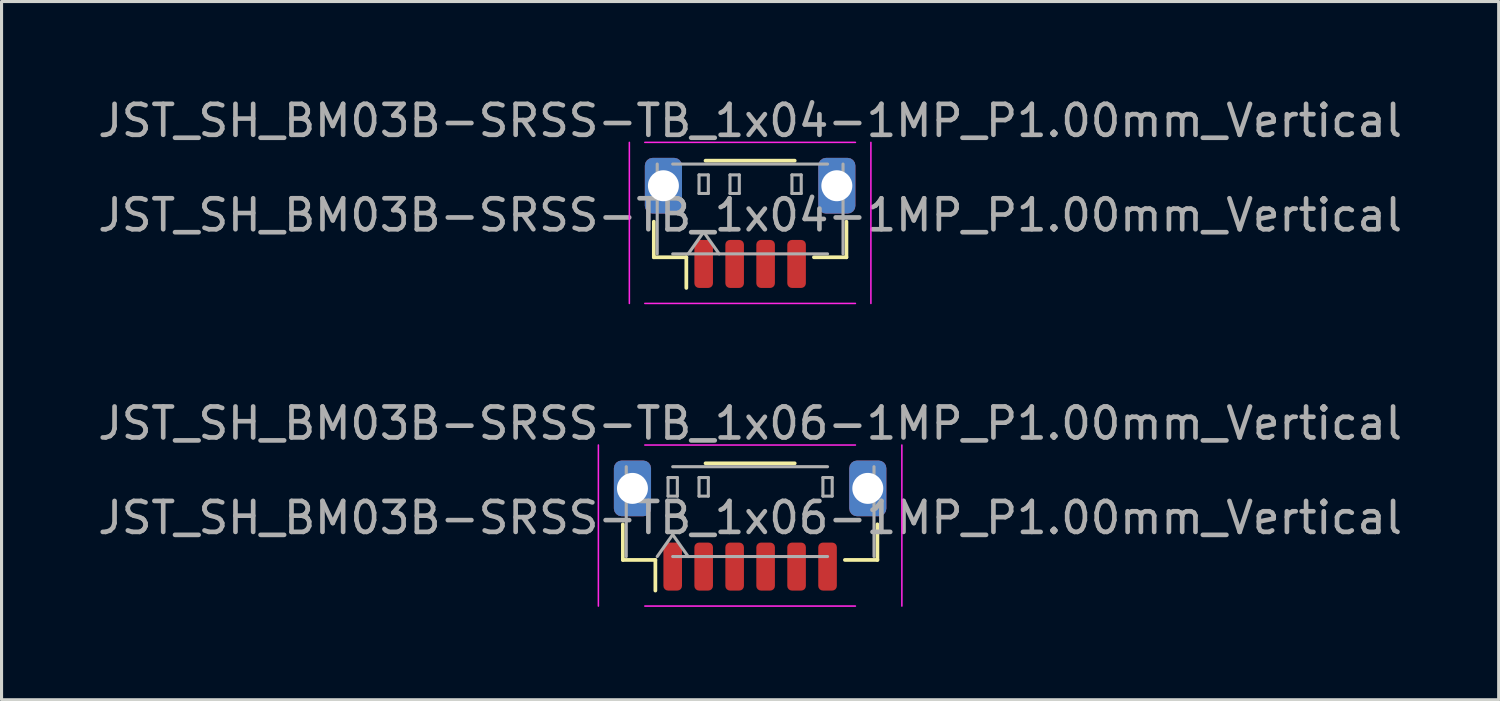
<source format=kicad_pcb>
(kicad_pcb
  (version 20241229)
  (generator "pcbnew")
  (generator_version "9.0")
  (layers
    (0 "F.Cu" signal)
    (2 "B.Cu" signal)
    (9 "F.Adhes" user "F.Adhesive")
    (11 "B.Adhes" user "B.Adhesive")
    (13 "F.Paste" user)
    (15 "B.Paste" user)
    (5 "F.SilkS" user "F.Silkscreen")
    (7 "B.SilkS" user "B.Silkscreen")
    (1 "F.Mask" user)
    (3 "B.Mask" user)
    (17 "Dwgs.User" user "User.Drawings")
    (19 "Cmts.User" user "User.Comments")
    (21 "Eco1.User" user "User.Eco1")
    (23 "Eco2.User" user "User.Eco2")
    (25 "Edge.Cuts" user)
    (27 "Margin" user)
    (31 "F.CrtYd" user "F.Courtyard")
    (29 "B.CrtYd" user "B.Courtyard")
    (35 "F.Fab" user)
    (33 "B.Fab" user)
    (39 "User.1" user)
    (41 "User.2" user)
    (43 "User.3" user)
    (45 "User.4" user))
  (footprint "JST_SH_BM03B-SRSS-TB_1x06-1MP_P1.00mm_Vertical"
    (layer "F.Cu")
    (at 21.173 13.921)
    (property "Reference" "JST_SH_BM03B-SRSS-TB_1x06-1MP_P1.00mm_Vertical" (at 0 -3.3 0) (layer "F.Fab") (effects (font (size 1 1) (thickness 0.15))))
    (attr smd)
    (fp_line (start -4.11 -0.04) (end -4.11 1.11) (stroke (width 0.12) (type solid)) (layer "F.SilkS"))
    (fp_line (start -4.11 1.11) (end -3.06 1.11) (stroke (width 0.12) (type solid)) (layer "F.SilkS"))
    (fp_line (start -3.06 1.11) (end -3.06 2.1) (stroke (width 0.12) (type solid)) (layer "F.SilkS"))
    (fp_line (start -1.44 -2.01) (end 1.44 -2.01) (stroke (width 0.12) (type solid)) (layer "F.SilkS"))
    (fp_line (start 4.11 -0.04) (end 4.11 1.11) (stroke (width 0.12) (type solid)) (layer "F.SilkS"))
    (fp_line (start 4.11 1.11) (end 3.06 1.11) (stroke (width 0.12) (type solid)) (layer "F.SilkS"))
    (fp_line (start -4.9 -2.6) (end -4.9 2.6) (stroke (width 0.05) (type solid)) (layer "F.CrtYd"))
    (fp_line (start -3.4 2.6) (end 3.4 2.6) (stroke (width 0.05) (type solid)) (layer "F.CrtYd"))
    (fp_line (start 3.4 -2.6) (end -3.4 -2.6) (stroke (width 0.05) (type solid)) (layer "F.CrtYd"))
    (fp_line (start 4.9 2.6) (end 4.9 -2.6) (stroke (width 0.05) (type solid)) (layer "F.CrtYd"))
    (fp_line (start -4 1) (end -4 -1.9) (stroke (width 0.1) (type solid)) (layer "F.Fab"))
    (fp_line (start -3 1) (end -2.5 0.293) (stroke (width 0.1) (type solid)) (layer "F.Fab"))
    (fp_line (start -2.65 -1.55) (end -2.65 -0.95) (stroke (width 0.1) (type solid)) (layer "F.Fab"))
    (fp_line (start -2.65 -0.95) (end -2.35 -0.95) (stroke (width 0.1) (type solid)) (layer "F.Fab"))
    (fp_line (start -2.5 -1.9) (end 2.5 -1.9) (stroke (width 0.1) (type solid)) (layer "F.Fab"))
    (fp_line (start -2.5 0.293) (end -2 1) (stroke (width 0.1) (type solid)) (layer "F.Fab"))
    (fp_line (start -2.5 1) (end 2.5 1) (stroke (width 0.1) (type solid)) (layer "F.Fab"))
    (fp_line (start -2.35 -1.55) (end -2.65 -1.55) (stroke (width 0.1) (type solid)) (layer "F.Fab"))
    (fp_line (start -2.35 -0.95) (end -2.35 -1.55) (stroke (width 0.1) (type solid)) (layer "F.Fab"))
    (fp_line (start -1.65 -1.55) (end -1.65 -0.95) (stroke (width 0.1) (type solid)) (layer "F.Fab"))
    (fp_line (start -1.65 -0.95) (end -1.35 -0.95) (stroke (width 0.1) (type solid)) (layer "F.Fab"))
    (fp_line (start -1.35 -1.55) (end -1.65 -1.55) (stroke (width 0.1) (type solid)) (layer "F.Fab"))
    (fp_line (start -1.35 -0.95) (end -1.35 -1.55) (stroke (width 0.1) (type solid)) (layer "F.Fab"))
    (fp_line (start 2.35 -1.55) (end 2.35 -0.95) (stroke (width 0.1) (type solid)) (layer "F.Fab"))
    (fp_line (start 2.35 -0.95) (end 2.65 -0.95) (stroke (width 0.1) (type solid)) (layer "F.Fab"))
    (fp_line (start 2.65 -1.55) (end 2.35 -1.55) (stroke (width 0.1) (type solid)) (layer "F.Fab"))
    (fp_line (start 2.65 -0.95) (end 2.65 -1.55) (stroke (width 0.1) (type solid)) (layer "F.Fab"))
    (fp_line (start 4 1) (end 4 -1.9) (stroke (width 0.1) (type solid)) (layer "F.Fab"))
    (fp_text user "${REFERENCE}" (at 0 -0.25 0) (layer "F.Fab") (effects (font (size 1 1) (thickness 0.15))))
    (pad "1" smd roundrect (at -2.5 1.325) (size 0.6 1.55) (layers "F.Cu" "F.Mask" "F.Paste") (roundrect_rratio 0.25))
    (pad "2" smd roundrect (at -1.5 1.325) (size 0.6 1.55) (layers "F.Cu" "F.Mask" "F.Paste") (roundrect_rratio 0.25))
    (pad "3" smd roundrect (at -0.5 1.325) (size 0.6 1.55) (layers "F.Cu" "F.Mask" "F.Paste") (roundrect_rratio 0.25))
    (pad "4" smd roundrect (at 0.5 1.325) (size 0.6 1.55) (layers "F.Cu" "F.Mask" "F.Paste") (roundrect_rratio 0.25))
    (pad "5" smd roundrect (at 1.5 1.325) (size 0.6 1.55) (layers "F.Cu" "F.Mask" "F.Paste") (roundrect_rratio 0.25))
    (pad "6" smd roundrect (at 2.5 1.325) (size 0.6 1.55) (layers "F.Cu" "F.Mask" "F.Paste") (roundrect_rratio 0.25))
    (pad "MP" thru_hole roundrect (at -3.8 -1.2) (size 1.2 1.8) (drill 1) (layers "*.Cu" "*.Mask") (roundrect_rratio 0.208))
    (pad "MP" thru_hole roundrect (at 3.8 -1.2) (size 1.2 1.8) (drill 1) (layers "*.Cu" "*.Mask") (roundrect_rratio 0.208)))
  (footprint "JST_SH_BM03B-SRSS-TB_1x04-1MP_P1.00mm_Vertical"
    (layer "F.Cu")
    (at 21.173 4.148)
    (property "Reference" "JST_SH_BM03B-SRSS-TB_1x04-1MP_P1.00mm_Vertical" (at 0 -3.3 0) (layer "F.Fab") (effects (font (size 1 1) (thickness 0.15))))
    (attr smd)
    (fp_line (start -3.11 -0.04) (end -3.11 1.11) (stroke (width 0.12) (type solid)) (layer "F.SilkS"))
    (fp_line (start -3.11 1.11) (end -2.06 1.11) (stroke (width 0.12) (type solid)) (layer "F.SilkS"))
    (fp_line (start -2.06 1.11) (end -2.06 2.1) (stroke (width 0.12) (type solid)) (layer "F.SilkS"))
    (fp_line (start -1.44 -2.01) (end 1.44 -2.01) (stroke (width 0.12) (type solid)) (layer "F.SilkS"))
    (fp_line (start 3.11 -0.04) (end 3.11 1.11) (stroke (width 0.12) (type solid)) (layer "F.SilkS"))
    (fp_line (start 3.11 1.11) (end 2.06 1.11) (stroke (width 0.12) (type solid)) (layer "F.SilkS"))
    (fp_line (start -3.9 -2.6) (end -3.9 2.6) (stroke (width 0.05) (type solid)) (layer "F.CrtYd"))
    (fp_line (start -3.4 2.6) (end 3.4 2.6) (stroke (width 0.05) (type solid)) (layer "F.CrtYd"))
    (fp_line (start 3.4 -2.6) (end -3.4 -2.6) (stroke (width 0.05) (type solid)) (layer "F.CrtYd"))
    (fp_line (start 3.9 2.6) (end 3.9 -2.6) (stroke (width 0.05) (type solid)) (layer "F.CrtYd"))
    (fp_line (start -3 1) (end -3 -1.9) (stroke (width 0.1) (type solid)) (layer "F.Fab"))
    (fp_line (start -2.5 -1.9) (end 2.5 -1.9) (stroke (width 0.1) (type solid)) (layer "F.Fab"))
    (fp_line (start -2.5 1) (end 2.5 1) (stroke (width 0.1) (type solid)) (layer "F.Fab"))
    (fp_line (start -2 1) (end -1.5 0.293) (stroke (width 0.1) (type solid)) (layer "F.Fab"))
    (fp_line (start -1.65 -1.55) (end -1.65 -0.95) (stroke (width 0.1) (type solid)) (layer "F.Fab"))
    (fp_line (start -1.65 -0.95) (end -1.35 -0.95) (stroke (width 0.1) (type solid)) (layer "F.Fab"))
    (fp_line (start -1.5 0.293) (end -1 1) (stroke (width 0.1) (type solid)) (layer "F.Fab"))
    (fp_line (start -1.35 -1.55) (end -1.65 -1.55) (stroke (width 0.1) (type solid)) (layer "F.Fab"))
    (fp_line (start -1.35 -0.95) (end -1.35 -1.55) (stroke (width 0.1) (type solid)) (layer "F.Fab"))
    (fp_line (start -0.65 -1.55) (end -0.65 -0.95) (stroke (width 0.1) (type solid)) (layer "F.Fab"))
    (fp_line (start -0.65 -0.95) (end -0.35 -0.95) (stroke (width 0.1) (type solid)) (layer "F.Fab"))
    (fp_line (start -0.35 -1.55) (end -0.65 -1.55) (stroke (width 0.1) (type solid)) (layer "F.Fab"))
    (fp_line (start -0.35 -0.95) (end -0.35 -1.55) (stroke (width 0.1) (type solid)) (layer "F.Fab"))
    (fp_line (start 1.35 -1.55) (end 1.35 -0.95) (stroke (width 0.1) (type solid)) (layer "F.Fab"))
    (fp_line (start 1.35 -0.95) (end 1.65 -0.95) (stroke (width 0.1) (type solid)) (layer "F.Fab"))
    (fp_line (start 1.65 -1.55) (end 1.35 -1.55) (stroke (width 0.1) (type solid)) (layer "F.Fab"))
    (fp_line (start 1.65 -0.95) (end 1.65 -1.55) (stroke (width 0.1) (type solid)) (layer "F.Fab"))
    (fp_line (start 3 1) (end 3 -1.9) (stroke (width 0.1) (type solid)) (layer "F.Fab"))
    (fp_text user "${REFERENCE}" (at 0 -0.25 0) (layer "F.Fab") (effects (font (size 1 1) (thickness 0.15))))
    (pad "1" smd roundrect (at -1.5 1.325) (size 0.6 1.55) (layers "F.Cu" "F.Mask" "F.Paste") (roundrect_rratio 0.25))
    (pad "2" smd roundrect (at -0.5 1.325) (size 0.6 1.55) (layers "F.Cu" "F.Mask" "F.Paste") (roundrect_rratio 0.25))
    (pad "3" smd roundrect (at 0.5 1.325) (size 0.6 1.55) (layers "F.Cu" "F.Mask" "F.Paste") (roundrect_rratio 0.25))
    (pad "4" smd roundrect (at 1.5 1.325) (size 0.6 1.55) (layers "F.Cu" "F.Mask" "F.Paste") (roundrect_rratio 0.25))
    (pad "MP" thru_hole roundrect (at -2.8 -1.2) (size 1.2 1.8) (drill 1) (layers "*.Cu" "*.Mask") (roundrect_rratio 0.208))
    (pad "MP" thru_hole roundrect (at 2.8 -1.2) (size 1.2 1.8) (drill 1) (layers "*.Cu" "*.Mask") (roundrect_rratio 0.208)))
  (gr_rect
    (start -3 -3)
    (end 45.345 19.547)
    (stroke (width 0.1) (type default))
    (fill no)
    (layer "Edge.Cuts")))
</source>
